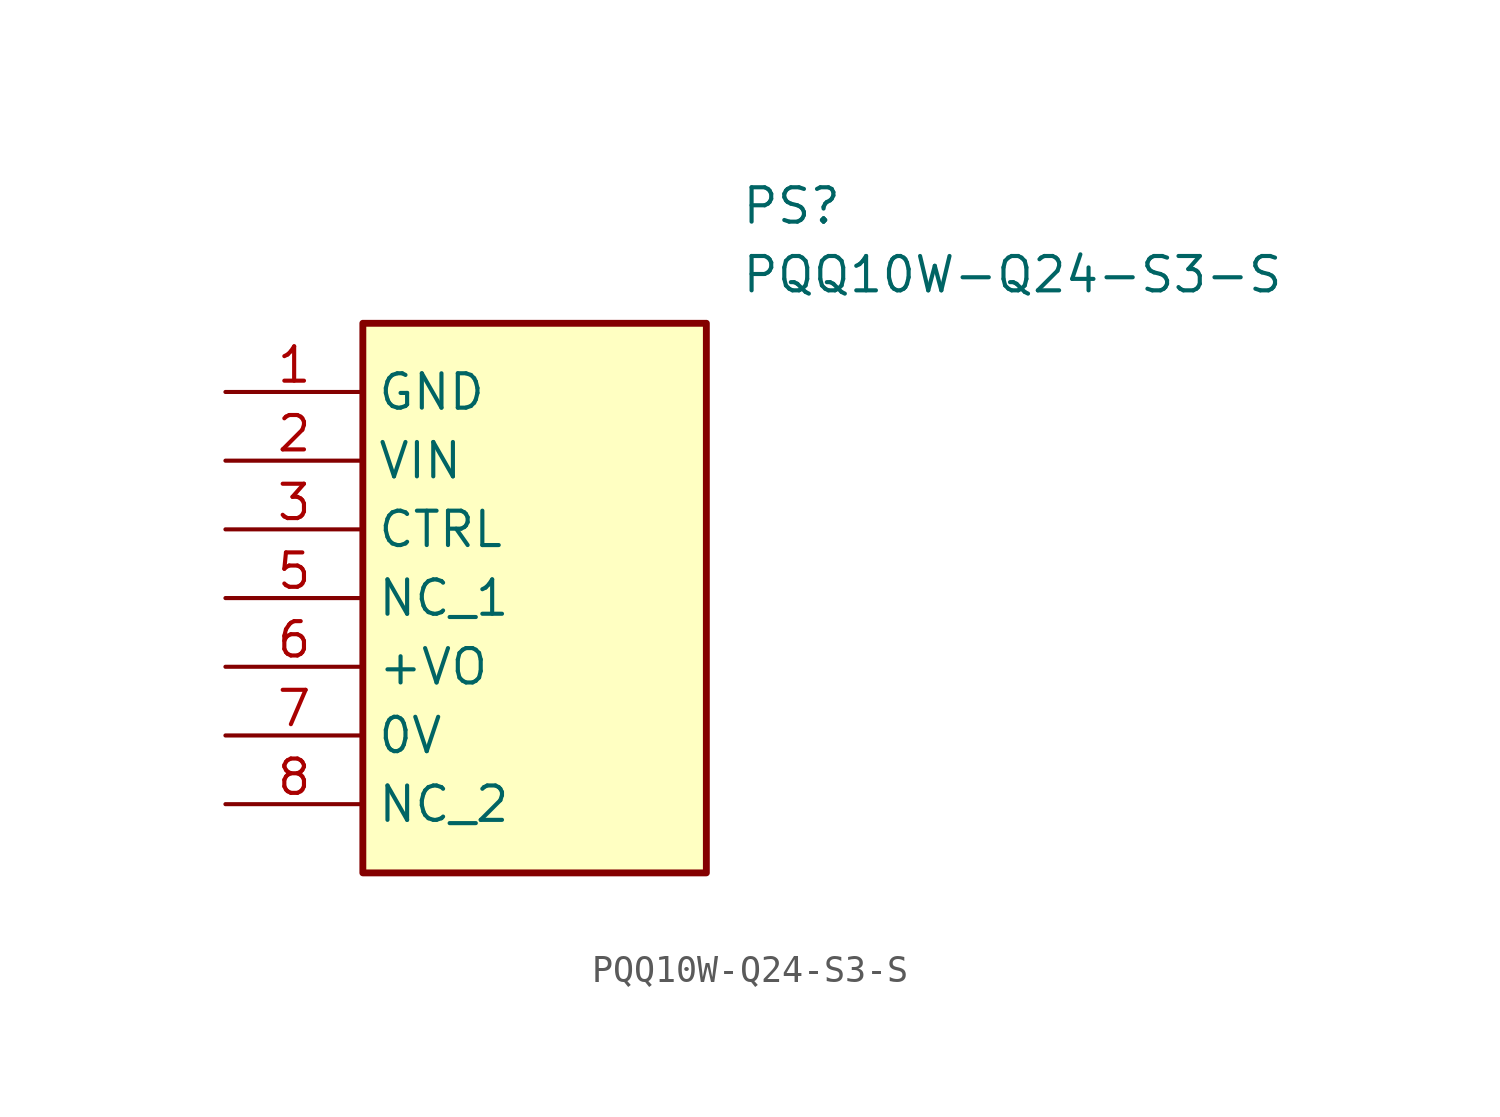
<source format=kicad_sym>
(kicad_symbol_lib
  (version 20231120)
  (generator "kicad_symbol_editor")
  (generator_version "8.0")
  (symbol "PQQ10W-Q24-S3-S"
    (property "Reference" "PS"
      (at 19.05 7.62 0)
      (effects (font (size 1.27 1.27)) (justify left top)))
    (property "Value" "PQQ10W-Q24-S3-S"
      (at 19.05 5.08 0)
      (effects (font (size 1.27 1.27)) (justify left top)))
    (symbol "PQQ10W-Q24-S3-S_1_1"
      (rectangle (start 5.08 2.54) (end 17.78 -17.78) (stroke (width 0.254) (type default)) (fill (type background)))
      (pin passive line (at 0 0 0) (length 5.08) (name "GND" (effects (font (size 1.27 1.27)))) (number "1" (effects (font (size 1.27 1.27)))))
      (pin passive line (at 0 -2.54 0) (length 5.08) (name "VIN" (effects (font (size 1.27 1.27)))) (number "2" (effects (font (size 1.27 1.27)))))
      (pin passive line (at 0 -5.08 0) (length 5.08) (name "CTRL" (effects (font (size 1.27 1.27)))) (number "3" (effects (font (size 1.27 1.27)))))
      (pin passive line (at 0 -7.62 0) (length 5.08) (name "NC_1" (effects (font (size 1.27 1.27)))) (number "5" (effects (font (size 1.27 1.27)))))
      (pin passive line (at 0 -10.16 0) (length 5.08) (name "+VO" (effects (font (size 1.27 1.27)))) (number "6" (effects (font (size 1.27 1.27)))))
      (pin passive line (at 0 -12.7 0) (length 5.08) (name "0V" (effects (font (size 1.27 1.27)))) (number "7" (effects (font (size 1.27 1.27)))))
      (pin passive line (at 0 -15.24 0) (length 5.08) (name "NC_2" (effects (font (size 1.27 1.27)))) (number "8" (effects (font (size 1.27 1.27))))))))
</source>
